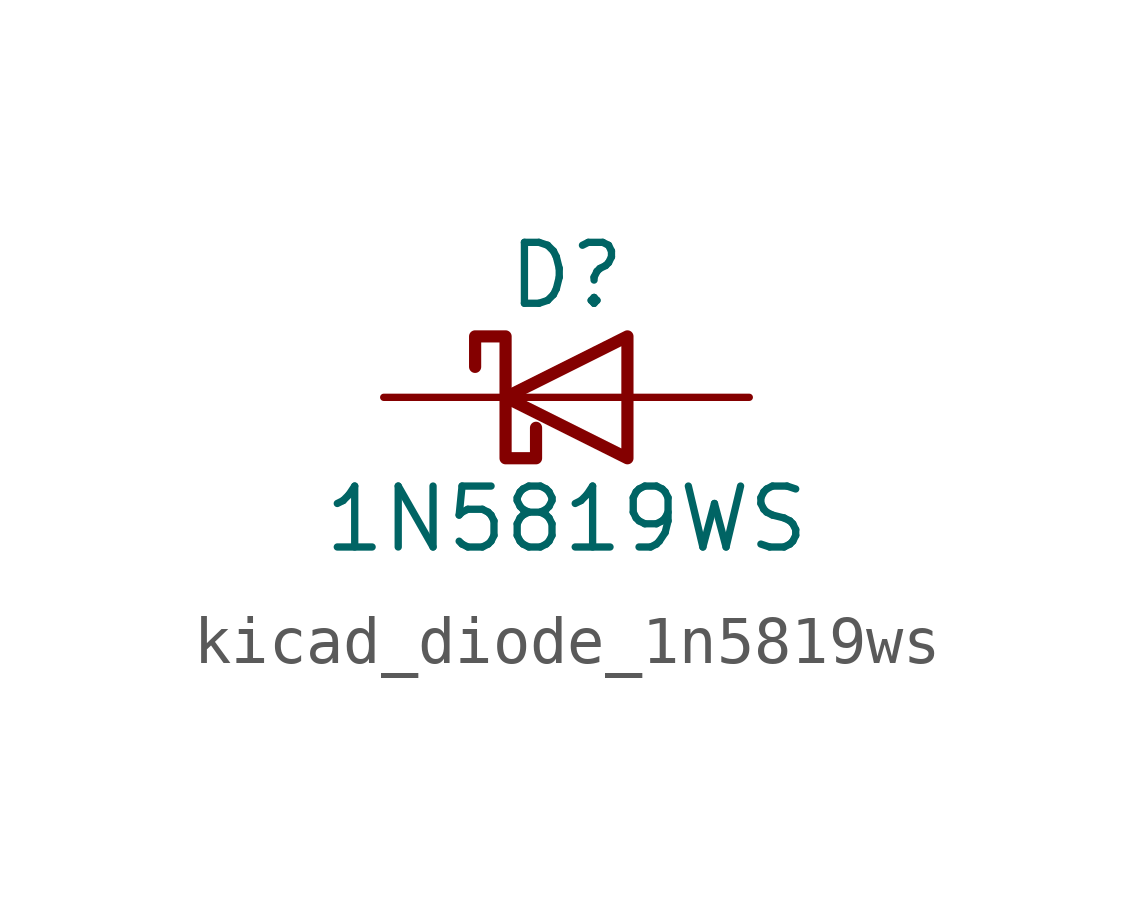
<source format=kicad_sym>
(kicad_symbol_lib
  (version 20220914)
  (generator kicad_symbol_editor)
  (symbol "kicad_diode_1n5819ws"
    (pin_numbers hide)
    (pin_names
      (offset 1.016) hide)
    (property "Reference" "D"
      (at 0 2.54 0)
      (effects (font (size 1.27 1.27))))
    (property "Value" "1N5819WS"
      (at 0 -2.54 0)
      (effects (font (size 1.27 1.27))))
    (symbol "kicad_diode_1n5819ws_0_1"
      (polyline (pts (xy 1.27 0) (xy -1.27 0)) (stroke (width 0) (type default)) (fill (type none)))
      (polyline (pts (xy 1.27 1.27) (xy 1.27 -1.27) (xy -1.27 0) (xy 1.27 1.27)) (stroke (width 0.254) (type default)) (fill (type none)))
      (polyline (pts (xy -1.905 0.635) (xy -1.905 1.27) (xy -1.27 1.27) (xy -1.27 -1.27) (xy -0.635 -1.27) (xy -0.635 -0.635)) (stroke (width 0.254) (type default)) (fill (type none))))
    (symbol "kicad_diode_1n5819ws_1_1"
      (pin passive line (at -3.81 0 0) (length 2.54) (name "K" (effects (font (size 1.27 1.27)))) (number "1" (effects (font (size 1.27 1.27)))))
      (pin passive line (at 3.81 0 180) (length 2.54) (name "A" (effects (font (size 1.27 1.27)))) (number "2" (effects (font (size 1.27 1.27))))))))
</source>
